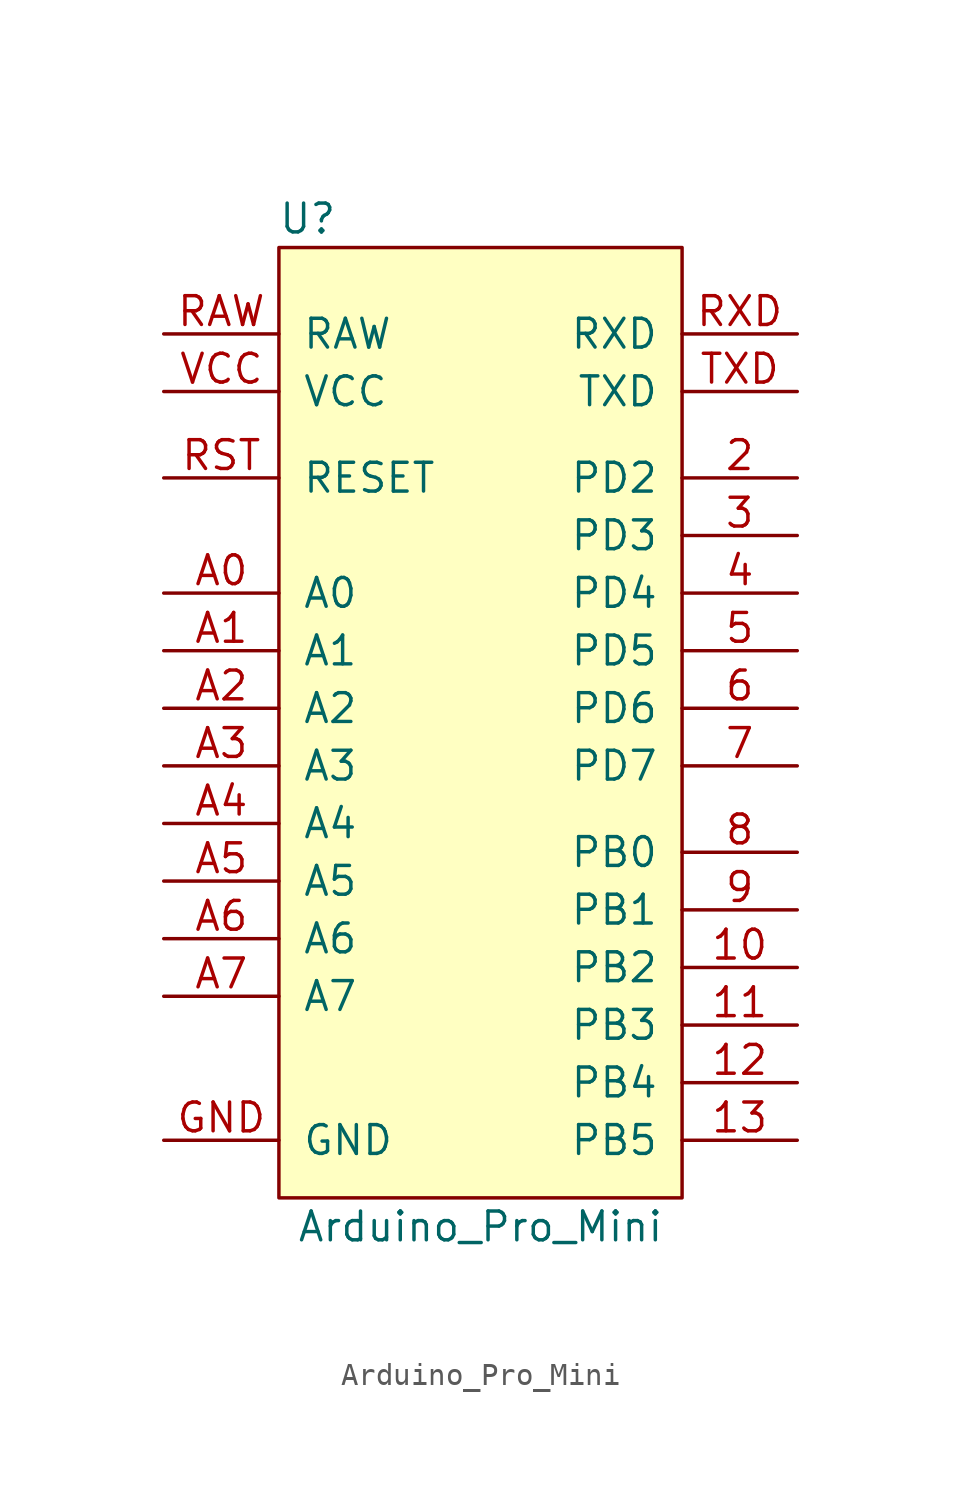
<source format=kicad_sym>
(kicad_symbol_lib
  (version 20220914)
  (generator kicad_symbol_editor)
  (symbol "Arduino_Pro_Mini"
    (pin_names
      (offset 1.016))
    (property "Reference" "U"
      (at -7.62 17.78 0)
      (effects (font (size 1.27 1.27))))
    (property "Value" "Arduino_Pro_Mini"
      (at 0 -26.67 0)
      (effects (font (size 1.27 1.27))))
    (symbol "Arduino_Pro_Mini_0_1"
      (rectangle (start -8.89 16.51) (end 8.89 -25.4) (stroke (width 0) (type solid)) (fill (type background))))
    (symbol "Arduino_Pro_Mini_1_1"
      (pin passive line (at 13.97 -15.24 180) (length 5.08) (name "PB2" (effects (font (size 1.27 1.27)))) (number "10" (effects (font (size 1.27 1.27)))))
      (pin passive line (at 13.97 -17.78 180) (length 5.08) (name "PB3" (effects (font (size 1.27 1.27)))) (number "11" (effects (font (size 1.27 1.27)))))
      (pin passive line (at 13.97 -20.32 180) (length 5.08) (name "PB4" (effects (font (size 1.27 1.27)))) (number "12" (effects (font (size 1.27 1.27)))))
      (pin passive line (at 13.97 -22.86 180) (length 5.08) (name "PB5" (effects (font (size 1.27 1.27)))) (number "13" (effects (font (size 1.27 1.27)))))
      (pin passive line (at 13.97 6.35 180) (length 5.08) (name "PD2" (effects (font (size 1.27 1.27)))) (number "2" (effects (font (size 1.27 1.27)))))
      (pin passive line (at 13.97 3.81 180) (length 5.08) (name "PD3" (effects (font (size 1.27 1.27)))) (number "3" (effects (font (size 1.27 1.27)))))
      (pin passive line (at 13.97 1.27 180) (length 5.08) (name "PD4" (effects (font (size 1.27 1.27)))) (number "4" (effects (font (size 1.27 1.27)))))
      (pin passive line (at 13.97 -1.27 180) (length 5.08) (name "PD5" (effects (font (size 1.27 1.27)))) (number "5" (effects (font (size 1.27 1.27)))))
      (pin passive line (at 13.97 -3.81 180) (length 5.08) (name "PD6" (effects (font (size 1.27 1.27)))) (number "6" (effects (font (size 1.27 1.27)))))
      (pin passive line (at 13.97 -6.35 180) (length 5.08) (name "PD7" (effects (font (size 1.27 1.27)))) (number "7" (effects (font (size 1.27 1.27)))))
      (pin passive line (at 13.97 -10.16 180) (length 5.08) (name "PB0" (effects (font (size 1.27 1.27)))) (number "8" (effects (font (size 1.27 1.27)))))
      (pin passive line (at 13.97 -12.7 180) (length 5.08) (name "PB1" (effects (font (size 1.27 1.27)))) (number "9" (effects (font (size 1.27 1.27)))))
      (pin passive line (at -13.97 1.27 0) (length 5.08) (name "A0" (effects (font (size 1.27 1.27)))) (number "A0" (effects (font (size 1.27 1.27)))))
      (pin passive line (at -13.97 -1.27 0) (length 5.08) (name "A1" (effects (font (size 1.27 1.27)))) (number "A1" (effects (font (size 1.27 1.27)))))
      (pin passive line (at -13.97 -3.81 0) (length 5.08) (name "A2" (effects (font (size 1.27 1.27)))) (number "A2" (effects (font (size 1.27 1.27)))))
      (pin passive line (at -13.97 -6.35 0) (length 5.08) (name "A3" (effects (font (size 1.27 1.27)))) (number "A3" (effects (font (size 1.27 1.27)))))
      (pin passive line (at -13.97 -8.89 0) (length 5.08) (name "A4" (effects (font (size 1.27 1.27)))) (number "A4" (effects (font (size 1.27 1.27)))))
      (pin passive line (at -13.97 -11.43 0) (length 5.08) (name "A5" (effects (font (size 1.27 1.27)))) (number "A5" (effects (font (size 1.27 1.27)))))
      (pin passive line (at -13.97 -13.97 0) (length 5.08) (name "A6" (effects (font (size 1.27 1.27)))) (number "A6" (effects (font (size 1.27 1.27)))))
      (pin passive line (at -13.97 -16.51 0) (length 5.08) (name "A7" (effects (font (size 1.27 1.27)))) (number "A7" (effects (font (size 1.27 1.27)))))
      (pin power_in line (at -13.97 -22.86 0) (length 5.08) (name "GND" (effects (font (size 1.27 1.27)))) (number "GND" (effects (font (size 1.27 1.27)))))
      (pin power_in line (at -13.97 12.7 0) (length 5.08) (name "RAW" (effects (font (size 1.27 1.27)))) (number "RAW" (effects (font (size 1.27 1.27)))))
      (pin passive line (at -13.97 6.35 0) (length 5.08) (name "RESET" (effects (font (size 1.27 1.27)))) (number "RST" (effects (font (size 1.27 1.27)))))
      (pin passive line (at 13.97 12.7 180) (length 5.08) (name "RXD" (effects (font (size 1.27 1.27)))) (number "RXD" (effects (font (size 1.27 1.27)))))
      (pin passive line (at 13.97 10.16 180) (length 5.08) (name "TXD" (effects (font (size 1.27 1.27)))) (number "TXD" (effects (font (size 1.27 1.27)))))
      (pin power_in line (at -13.97 10.16 0) (length 5.08) (name "VCC" (effects (font (size 1.27 1.27)))) (number "VCC" (effects (font (size 1.27 1.27))))))))
</source>
